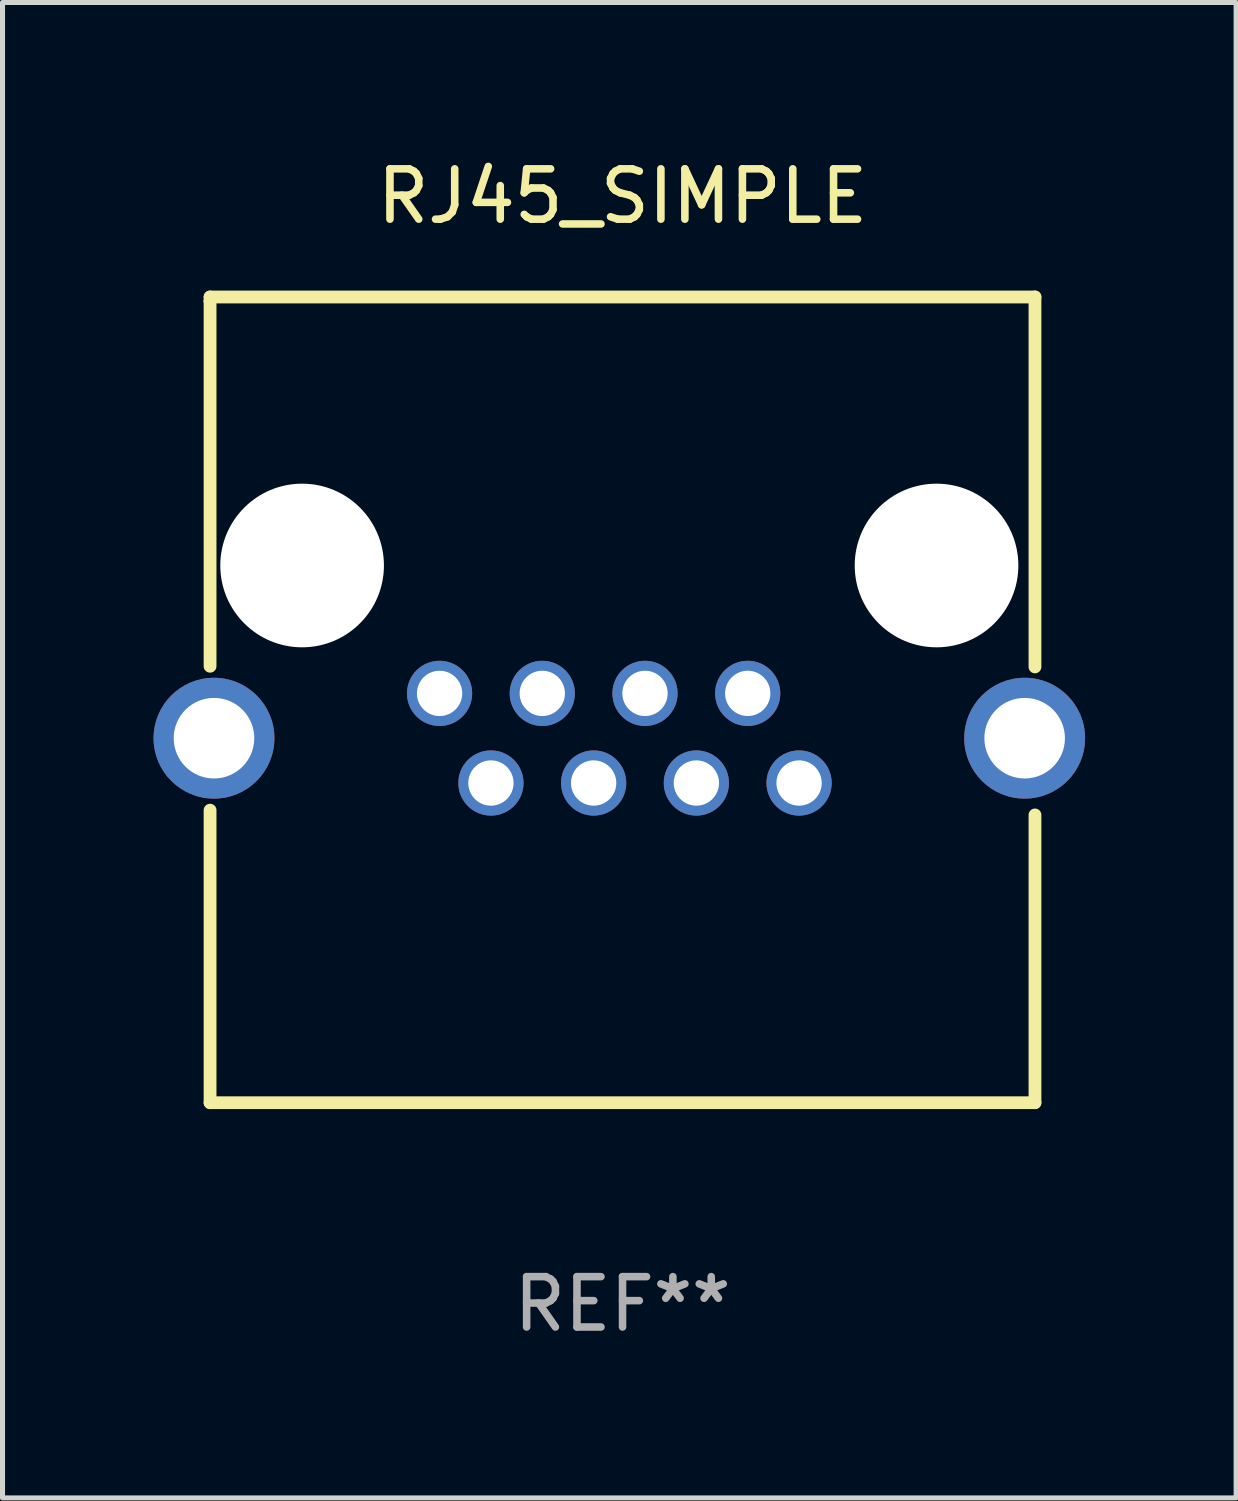
<source format=kicad_pcb>
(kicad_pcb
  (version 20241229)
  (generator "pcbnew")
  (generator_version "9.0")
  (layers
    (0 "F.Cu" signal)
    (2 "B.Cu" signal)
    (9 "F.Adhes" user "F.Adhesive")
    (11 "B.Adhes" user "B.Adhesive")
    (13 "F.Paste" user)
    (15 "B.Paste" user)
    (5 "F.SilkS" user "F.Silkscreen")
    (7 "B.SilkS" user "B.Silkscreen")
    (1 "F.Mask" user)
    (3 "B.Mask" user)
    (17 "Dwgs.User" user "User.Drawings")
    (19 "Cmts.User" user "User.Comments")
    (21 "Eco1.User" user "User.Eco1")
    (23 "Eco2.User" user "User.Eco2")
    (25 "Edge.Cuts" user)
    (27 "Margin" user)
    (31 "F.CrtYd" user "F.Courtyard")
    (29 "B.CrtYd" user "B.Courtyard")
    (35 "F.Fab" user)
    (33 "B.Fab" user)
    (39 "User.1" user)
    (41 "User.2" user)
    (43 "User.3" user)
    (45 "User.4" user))
  (footprint "RJ45_SIMPLE"
    (layer "F.Cu")
    (at 9.25 11.611)
    (property "Reference" "RJ45_SIMPLE" (at 0.064 -10.763 0) (layer "F.SilkS") (effects (font (size 1 1) (thickness 0.15))))
    (attr through_hole)
    (fp_line (start -8.128 -8.763) (end -8.128 -1.429) (stroke (width 0.254) (type solid)) (layer "F.SilkS"))
    (fp_line (start -8.128 1.429) (end -8.128 7.239) (stroke (width 0.254) (type solid)) (layer "F.SilkS"))
    (fp_line (start -8.128 7.239) (end 8.255 7.239) (stroke (width 0.254) (type solid)) (layer "F.SilkS"))
    (fp_line (start 8.255 -8.763) (end -8.128 -8.763) (stroke (width 0.254) (type solid)) (layer "F.SilkS"))
    (fp_line (start 8.255 -1.416) (end 8.255 -8.763) (stroke (width 0.254) (type solid)) (layer "F.SilkS"))
    (fp_line (start 8.255 7.239) (end 8.255 1.524) (stroke (width 0.254) (type solid)) (layer "F.SilkS"))
    (fp_circle (center -8.2 -8.68) (end -8.17 -8.68) (stroke (width 0.06) (type solid)) (fill no) (layer "F.SilkS"))
    (fp_circle (center -6.3 -3.43) (end -5.5 -3.43) (stroke (width 1.6) (type solid)) (fill no) (layer "F.Fab"))
    (fp_circle (center 6.3 -3.43) (end 7.1 -3.43) (stroke (width 1.6) (type solid)) (fill no) (layer "F.Fab"))
    (fp_text user "REF**" (at 0.064 11.239 0) (layer "F.Fab") (effects (font (size 1 1) (thickness 0.15))))
    (pad "" np_thru_hole circle (at -6.3 -3.43) (size 3.25 3.25) (drill 3.25) (layers "*.Cu" "*.Mask"))
    (pad "" np_thru_hole circle (at 6.3 -3.43) (size 3.25 3.25) (drill 3.25) (layers "*.Cu" "*.Mask"))
    (pad "1" thru_hole circle (at -3.57 -0.89) (size 1.295 1.295) (drill 0.9) (layers "*.Cu" "*.Mask"))
    (pad "2" thru_hole circle (at -2.55 0.89) (size 1.295 1.295) (drill 0.9) (layers "*.Cu" "*.Mask"))
    (pad "3" thru_hole circle (at -1.53 -0.89) (size 1.295 1.295) (drill 0.9) (layers "*.Cu" "*.Mask"))
    (pad "4" thru_hole circle (at -0.51 0.89) (size 1.295 1.295) (drill 0.9) (layers "*.Cu" "*.Mask"))
    (pad "5" thru_hole circle (at 0.51 -0.89) (size 1.295 1.295) (drill 0.9) (layers "*.Cu" "*.Mask"))
    (pad "6" thru_hole circle (at 1.53 0.89) (size 1.295 1.295) (drill 0.9) (layers "*.Cu" "*.Mask"))
    (pad "7" thru_hole circle (at 2.55 -0.89) (size 1.295 1.295) (drill 0.9) (layers "*.Cu" "*.Mask"))
    (pad "8" thru_hole circle (at 3.57 0.89) (size 1.295 1.295) (drill 0.9) (layers "*.Cu" "*.Mask"))
    (pad "9" thru_hole circle (at 8.05 -0.000127) (size 2.4 2.4) (drill 1.6) (layers "*.Cu" "*.Mask"))
    (pad "10" thru_hole circle (at -8.05 -0.000127) (size 2.4 2.4) (drill 1.6) (layers "*.Cu" "*.Mask")))
  (gr_rect
    (start -3 -3)
    (end 21.5 26.699)
    (stroke (width 0.1) (type default))
    (fill no)
    (layer "Edge.Cuts")))
</source>
